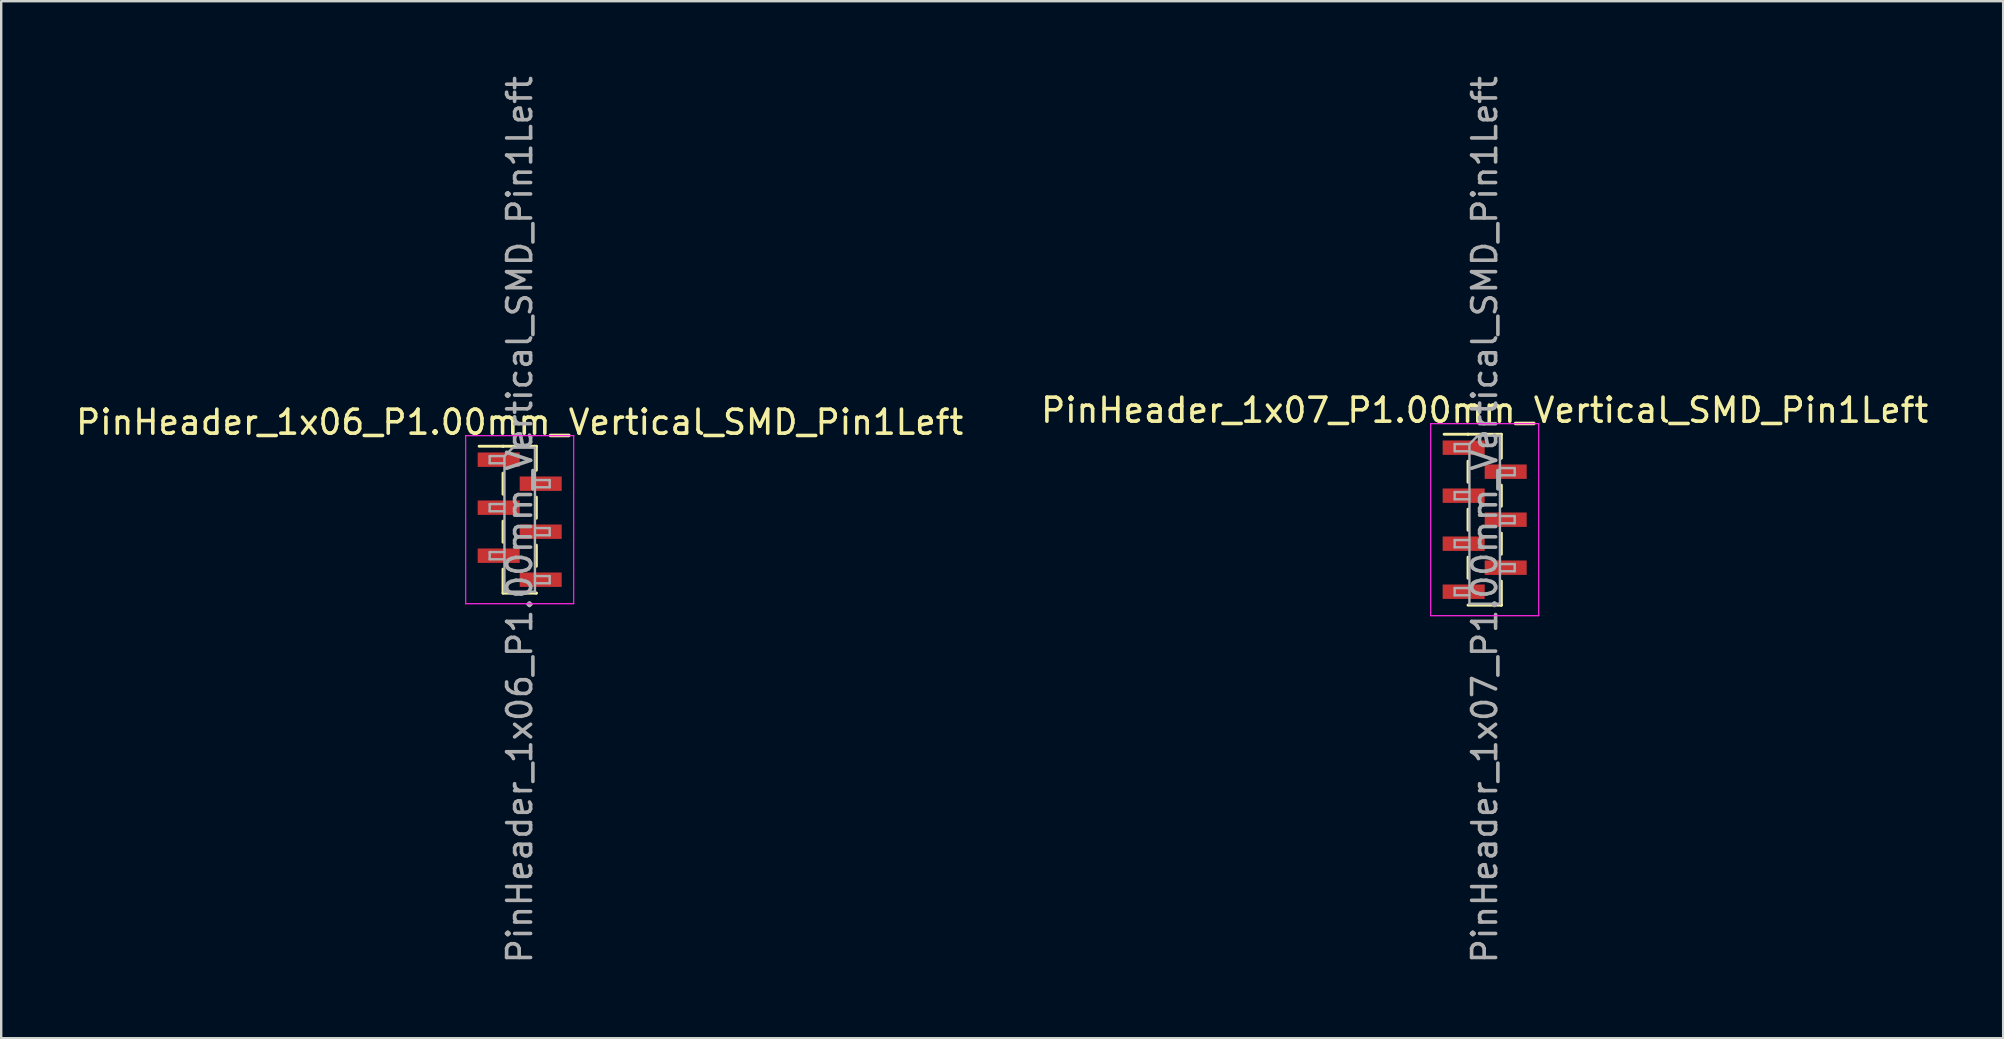
<source format=kicad_pcb>
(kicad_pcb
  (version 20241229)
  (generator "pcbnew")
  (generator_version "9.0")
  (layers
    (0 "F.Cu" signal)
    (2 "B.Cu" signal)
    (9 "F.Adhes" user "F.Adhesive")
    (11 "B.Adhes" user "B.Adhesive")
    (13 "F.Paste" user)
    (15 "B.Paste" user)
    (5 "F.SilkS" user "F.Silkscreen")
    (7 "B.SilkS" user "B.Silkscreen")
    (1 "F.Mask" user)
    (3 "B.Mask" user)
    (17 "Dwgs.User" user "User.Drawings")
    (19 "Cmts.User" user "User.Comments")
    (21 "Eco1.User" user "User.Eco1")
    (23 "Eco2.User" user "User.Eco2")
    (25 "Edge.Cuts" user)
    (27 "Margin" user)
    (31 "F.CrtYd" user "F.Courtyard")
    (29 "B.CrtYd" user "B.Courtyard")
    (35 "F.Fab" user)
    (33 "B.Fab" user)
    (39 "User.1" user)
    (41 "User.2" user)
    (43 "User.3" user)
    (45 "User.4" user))
  (footprint "PinHeader_1x06_P1.00mm_Vertical_SMD_Pin1Left"
    (layer "F.Cu")
    (at 18.601 18.601)
    (property "Reference" "PinHeader_1x06_P1.00mm_Vertical_SMD_Pin1Left" (at 0 -4.06 0) (layer "F.SilkS") (effects (font (size 1 1) (thickness 0.15))))
    (attr smd)
    (fp_line (start -0.695 -3.06) (end -1.69 -3.06) (stroke (width 0.12) (type solid)) (layer "F.SilkS"))
    (fp_line (start -0.695 -3.06) (end -0.695 -3.06) (stroke (width 0.12) (type solid)) (layer "F.SilkS"))
    (fp_line (start -0.695 -3.06) (end 0.695 -3.06) (stroke (width 0.12) (type solid)) (layer "F.SilkS"))
    (fp_line (start -0.695 -1.94) (end -0.695 -1.06) (stroke (width 0.12) (type solid)) (layer "F.SilkS"))
    (fp_line (start -0.695 0.06) (end -0.695 0.94) (stroke (width 0.12) (type solid)) (layer "F.SilkS"))
    (fp_line (start -0.695 2.06) (end -0.695 3.06) (stroke (width 0.12) (type solid)) (layer "F.SilkS"))
    (fp_line (start -0.695 3.06) (end 0.695 3.06) (stroke (width 0.12) (type solid)) (layer "F.SilkS"))
    (fp_line (start 0.695 -3.06) (end 0.695 -2.06) (stroke (width 0.12) (type solid)) (layer "F.SilkS"))
    (fp_line (start 0.695 -0.94) (end 0.695 -0.06) (stroke (width 0.12) (type solid)) (layer "F.SilkS"))
    (fp_line (start 0.695 1.06) (end 0.695 1.94) (stroke (width 0.12) (type solid)) (layer "F.SilkS"))
    (fp_line (start 0.695 3.06) (end 0.695 3.06) (stroke (width 0.12) (type solid)) (layer "F.SilkS"))
    (fp_line (start -2.25 -3.5) (end -2.25 3.5) (stroke (width 0.05) (type solid)) (layer "F.CrtYd"))
    (fp_line (start -2.25 3.5) (end 2.25 3.5) (stroke (width 0.05) (type solid)) (layer "F.CrtYd"))
    (fp_line (start 2.25 -3.5) (end -2.25 -3.5) (stroke (width 0.05) (type solid)) (layer "F.CrtYd"))
    (fp_line (start 2.25 3.5) (end 2.25 -3.5) (stroke (width 0.05) (type solid)) (layer "F.CrtYd"))
    (fp_line (start -1.25 -2.65) (end -1.25 -2.35) (stroke (width 0.1) (type solid)) (layer "F.Fab"))
    (fp_line (start -1.25 -2.35) (end -0.635 -2.35) (stroke (width 0.1) (type solid)) (layer "F.Fab"))
    (fp_line (start -1.25 -0.65) (end -1.25 -0.35) (stroke (width 0.1) (type solid)) (layer "F.Fab"))
    (fp_line (start -1.25 -0.35) (end -0.635 -0.35) (stroke (width 0.1) (type solid)) (layer "F.Fab"))
    (fp_line (start -1.25 1.35) (end -1.25 1.65) (stroke (width 0.1) (type solid)) (layer "F.Fab"))
    (fp_line (start -1.25 1.65) (end -0.635 1.65) (stroke (width 0.1) (type solid)) (layer "F.Fab"))
    (fp_line (start -0.635 -2.65) (end -1.25 -2.65) (stroke (width 0.1) (type solid)) (layer "F.Fab"))
    (fp_line (start -0.635 -2.65) (end -0.285 -3) (stroke (width 0.1) (type solid)) (layer "F.Fab"))
    (fp_line (start -0.635 -0.65) (end -1.25 -0.65) (stroke (width 0.1) (type solid)) (layer "F.Fab"))
    (fp_line (start -0.635 1.35) (end -1.25 1.35) (stroke (width 0.1) (type solid)) (layer "F.Fab"))
    (fp_line (start -0.635 3) (end -0.635 -2.65) (stroke (width 0.1) (type solid)) (layer "F.Fab"))
    (fp_line (start -0.285 -3) (end 0.635 -3) (stroke (width 0.1) (type solid)) (layer "F.Fab"))
    (fp_line (start 0.635 -3) (end 0.635 3) (stroke (width 0.1) (type solid)) (layer "F.Fab"))
    (fp_line (start 0.635 -1.65) (end 1.25 -1.65) (stroke (width 0.1) (type solid)) (layer "F.Fab"))
    (fp_line (start 0.635 0.35) (end 1.25 0.35) (stroke (width 0.1) (type solid)) (layer "F.Fab"))
    (fp_line (start 0.635 2.35) (end 1.25 2.35) (stroke (width 0.1) (type solid)) (layer "F.Fab"))
    (fp_line (start 0.635 3) (end -0.635 3) (stroke (width 0.1) (type solid)) (layer "F.Fab"))
    (fp_line (start 1.25 -1.65) (end 1.25 -1.35) (stroke (width 0.1) (type solid)) (layer "F.Fab"))
    (fp_line (start 1.25 -1.35) (end 0.635 -1.35) (stroke (width 0.1) (type solid)) (layer "F.Fab"))
    (fp_line (start 1.25 0.35) (end 1.25 0.65) (stroke (width 0.1) (type solid)) (layer "F.Fab"))
    (fp_line (start 1.25 0.65) (end 0.635 0.65) (stroke (width 0.1) (type solid)) (layer "F.Fab"))
    (fp_line (start 1.25 2.35) (end 1.25 2.65) (stroke (width 0.1) (type solid)) (layer "F.Fab"))
    (fp_line (start 1.25 2.65) (end 0.635 2.65) (stroke (width 0.1) (type solid)) (layer "F.Fab"))
    (fp_text user "${REFERENCE}" (at 0 0 90) (layer "F.Fab") (effects (font (size 1 1) (thickness 0.15))))
    (pad "1" smd rect (at -0.875 -2.5) (size 1.75 0.6) (layers "F.Cu" "F.Mask" "F.Paste"))
    (pad "2" smd rect (at 0.875 -1.5) (size 1.75 0.6) (layers "F.Cu" "F.Mask" "F.Paste"))
    (pad "3" smd rect (at -0.875 -0.5) (size 1.75 0.6) (layers "F.Cu" "F.Mask" "F.Paste"))
    (pad "4" smd rect (at 0.875 0.5) (size 1.75 0.6) (layers "F.Cu" "F.Mask" "F.Paste"))
    (pad "5" smd rect (at -0.875 1.5) (size 1.75 0.6) (layers "F.Cu" "F.Mask" "F.Paste"))
    (pad "6" smd rect (at 0.875 2.5) (size 1.75 0.6) (layers "F.Cu" "F.Mask" "F.Paste")))
  (footprint "PinHeader_1x07_P1.00mm_Vertical_SMD_Pin1Left"
    (layer "F.Cu")
    (at 58.804 18.601)
    (property "Reference" "PinHeader_1x07_P1.00mm_Vertical_SMD_Pin1Left" (at 0 -4.56 0) (layer "F.SilkS") (effects (font (size 1 1) (thickness 0.15))))
    (attr smd)
    (fp_line (start -0.695 -3.56) (end -1.69 -3.56) (stroke (width 0.12) (type solid)) (layer "F.SilkS"))
    (fp_line (start -0.695 -3.56) (end -0.695 -3.56) (stroke (width 0.12) (type solid)) (layer "F.SilkS"))
    (fp_line (start -0.695 -3.56) (end 0.695 -3.56) (stroke (width 0.12) (type solid)) (layer "F.SilkS"))
    (fp_line (start -0.695 -2.44) (end -0.695 -1.56) (stroke (width 0.12) (type solid)) (layer "F.SilkS"))
    (fp_line (start -0.695 -0.44) (end -0.695 0.44) (stroke (width 0.12) (type solid)) (layer "F.SilkS"))
    (fp_line (start -0.695 1.56) (end -0.695 2.44) (stroke (width 0.12) (type solid)) (layer "F.SilkS"))
    (fp_line (start -0.695 3.56) (end 0.695 3.56) (stroke (width 0.12) (type solid)) (layer "F.SilkS"))
    (fp_line (start 0.695 -3.56) (end 0.695 -2.56) (stroke (width 0.12) (type solid)) (layer "F.SilkS"))
    (fp_line (start 0.695 -1.44) (end 0.695 -0.56) (stroke (width 0.12) (type solid)) (layer "F.SilkS"))
    (fp_line (start 0.695 0.56) (end 0.695 1.44) (stroke (width 0.12) (type solid)) (layer "F.SilkS"))
    (fp_line (start 0.695 2.56) (end 0.695 3.56) (stroke (width 0.12) (type solid)) (layer "F.SilkS"))
    (fp_line (start 0.695 3.56) (end 0.695 3.56) (stroke (width 0.12) (type solid)) (layer "F.SilkS"))
    (fp_line (start -2.25 -4) (end -2.25 4) (stroke (width 0.05) (type solid)) (layer "F.CrtYd"))
    (fp_line (start -2.25 4) (end 2.25 4) (stroke (width 0.05) (type solid)) (layer "F.CrtYd"))
    (fp_line (start 2.25 -4) (end -2.25 -4) (stroke (width 0.05) (type solid)) (layer "F.CrtYd"))
    (fp_line (start 2.25 4) (end 2.25 -4) (stroke (width 0.05) (type solid)) (layer "F.CrtYd"))
    (fp_line (start -1.25 -3.15) (end -1.25 -2.85) (stroke (width 0.1) (type solid)) (layer "F.Fab"))
    (fp_line (start -1.25 -2.85) (end -0.635 -2.85) (stroke (width 0.1) (type solid)) (layer "F.Fab"))
    (fp_line (start -1.25 -1.15) (end -1.25 -0.85) (stroke (width 0.1) (type solid)) (layer "F.Fab"))
    (fp_line (start -1.25 -0.85) (end -0.635 -0.85) (stroke (width 0.1) (type solid)) (layer "F.Fab"))
    (fp_line (start -1.25 0.85) (end -1.25 1.15) (stroke (width 0.1) (type solid)) (layer "F.Fab"))
    (fp_line (start -1.25 1.15) (end -0.635 1.15) (stroke (width 0.1) (type solid)) (layer "F.Fab"))
    (fp_line (start -1.25 2.85) (end -1.25 3.15) (stroke (width 0.1) (type solid)) (layer "F.Fab"))
    (fp_line (start -1.25 3.15) (end -0.635 3.15) (stroke (width 0.1) (type solid)) (layer "F.Fab"))
    (fp_line (start -0.635 -3.15) (end -1.25 -3.15) (stroke (width 0.1) (type solid)) (layer "F.Fab"))
    (fp_line (start -0.635 -3.15) (end -0.285 -3.5) (stroke (width 0.1) (type solid)) (layer "F.Fab"))
    (fp_line (start -0.635 -1.15) (end -1.25 -1.15) (stroke (width 0.1) (type solid)) (layer "F.Fab"))
    (fp_line (start -0.635 0.85) (end -1.25 0.85) (stroke (width 0.1) (type solid)) (layer "F.Fab"))
    (fp_line (start -0.635 2.85) (end -1.25 2.85) (stroke (width 0.1) (type solid)) (layer "F.Fab"))
    (fp_line (start -0.635 3.5) (end -0.635 -3.15) (stroke (width 0.1) (type solid)) (layer "F.Fab"))
    (fp_line (start -0.285 -3.5) (end 0.635 -3.5) (stroke (width 0.1) (type solid)) (layer "F.Fab"))
    (fp_line (start 0.635 -3.5) (end 0.635 3.5) (stroke (width 0.1) (type solid)) (layer "F.Fab"))
    (fp_line (start 0.635 -2.15) (end 1.25 -2.15) (stroke (width 0.1) (type solid)) (layer "F.Fab"))
    (fp_line (start 0.635 -0.15) (end 1.25 -0.15) (stroke (width 0.1) (type solid)) (layer "F.Fab"))
    (fp_line (start 0.635 1.85) (end 1.25 1.85) (stroke (width 0.1) (type solid)) (layer "F.Fab"))
    (fp_line (start 0.635 3.5) (end -0.635 3.5) (stroke (width 0.1) (type solid)) (layer "F.Fab"))
    (fp_line (start 1.25 -2.15) (end 1.25 -1.85) (stroke (width 0.1) (type solid)) (layer "F.Fab"))
    (fp_line (start 1.25 -1.85) (end 0.635 -1.85) (stroke (width 0.1) (type solid)) (layer "F.Fab"))
    (fp_line (start 1.25 -0.15) (end 1.25 0.15) (stroke (width 0.1) (type solid)) (layer "F.Fab"))
    (fp_line (start 1.25 0.15) (end 0.635 0.15) (stroke (width 0.1) (type solid)) (layer "F.Fab"))
    (fp_line (start 1.25 1.85) (end 1.25 2.15) (stroke (width 0.1) (type solid)) (layer "F.Fab"))
    (fp_line (start 1.25 2.15) (end 0.635 2.15) (stroke (width 0.1) (type solid)) (layer "F.Fab"))
    (fp_text user "${REFERENCE}" (at 0 0 90) (layer "F.Fab") (effects (font (size 1 1) (thickness 0.15))))
    (pad "1" smd rect (at -0.875 -3) (size 1.75 0.6) (layers "F.Cu" "F.Mask" "F.Paste"))
    (pad "2" smd rect (at 0.875 -2) (size 1.75 0.6) (layers "F.Cu" "F.Mask" "F.Paste"))
    (pad "3" smd rect (at -0.875 -1) (size 1.75 0.6) (layers "F.Cu" "F.Mask" "F.Paste"))
    (pad "4" smd rect (at 0.875 0) (size 1.75 0.6) (layers "F.Cu" "F.Mask" "F.Paste"))
    (pad "5" smd rect (at -0.875 1) (size 1.75 0.6) (layers "F.Cu" "F.Mask" "F.Paste"))
    (pad "6" smd rect (at 0.875 2) (size 1.75 0.6) (layers "F.Cu" "F.Mask" "F.Paste"))
    (pad "7" smd rect (at -0.875 3) (size 1.75 0.6) (layers "F.Cu" "F.Mask" "F.Paste")))
  (gr_rect
    (start -3 -3)
    (end 80.405 40.202)
    (stroke (width 0.1) (type default))
    (fill no)
    (layer "Edge.Cuts")))
</source>
